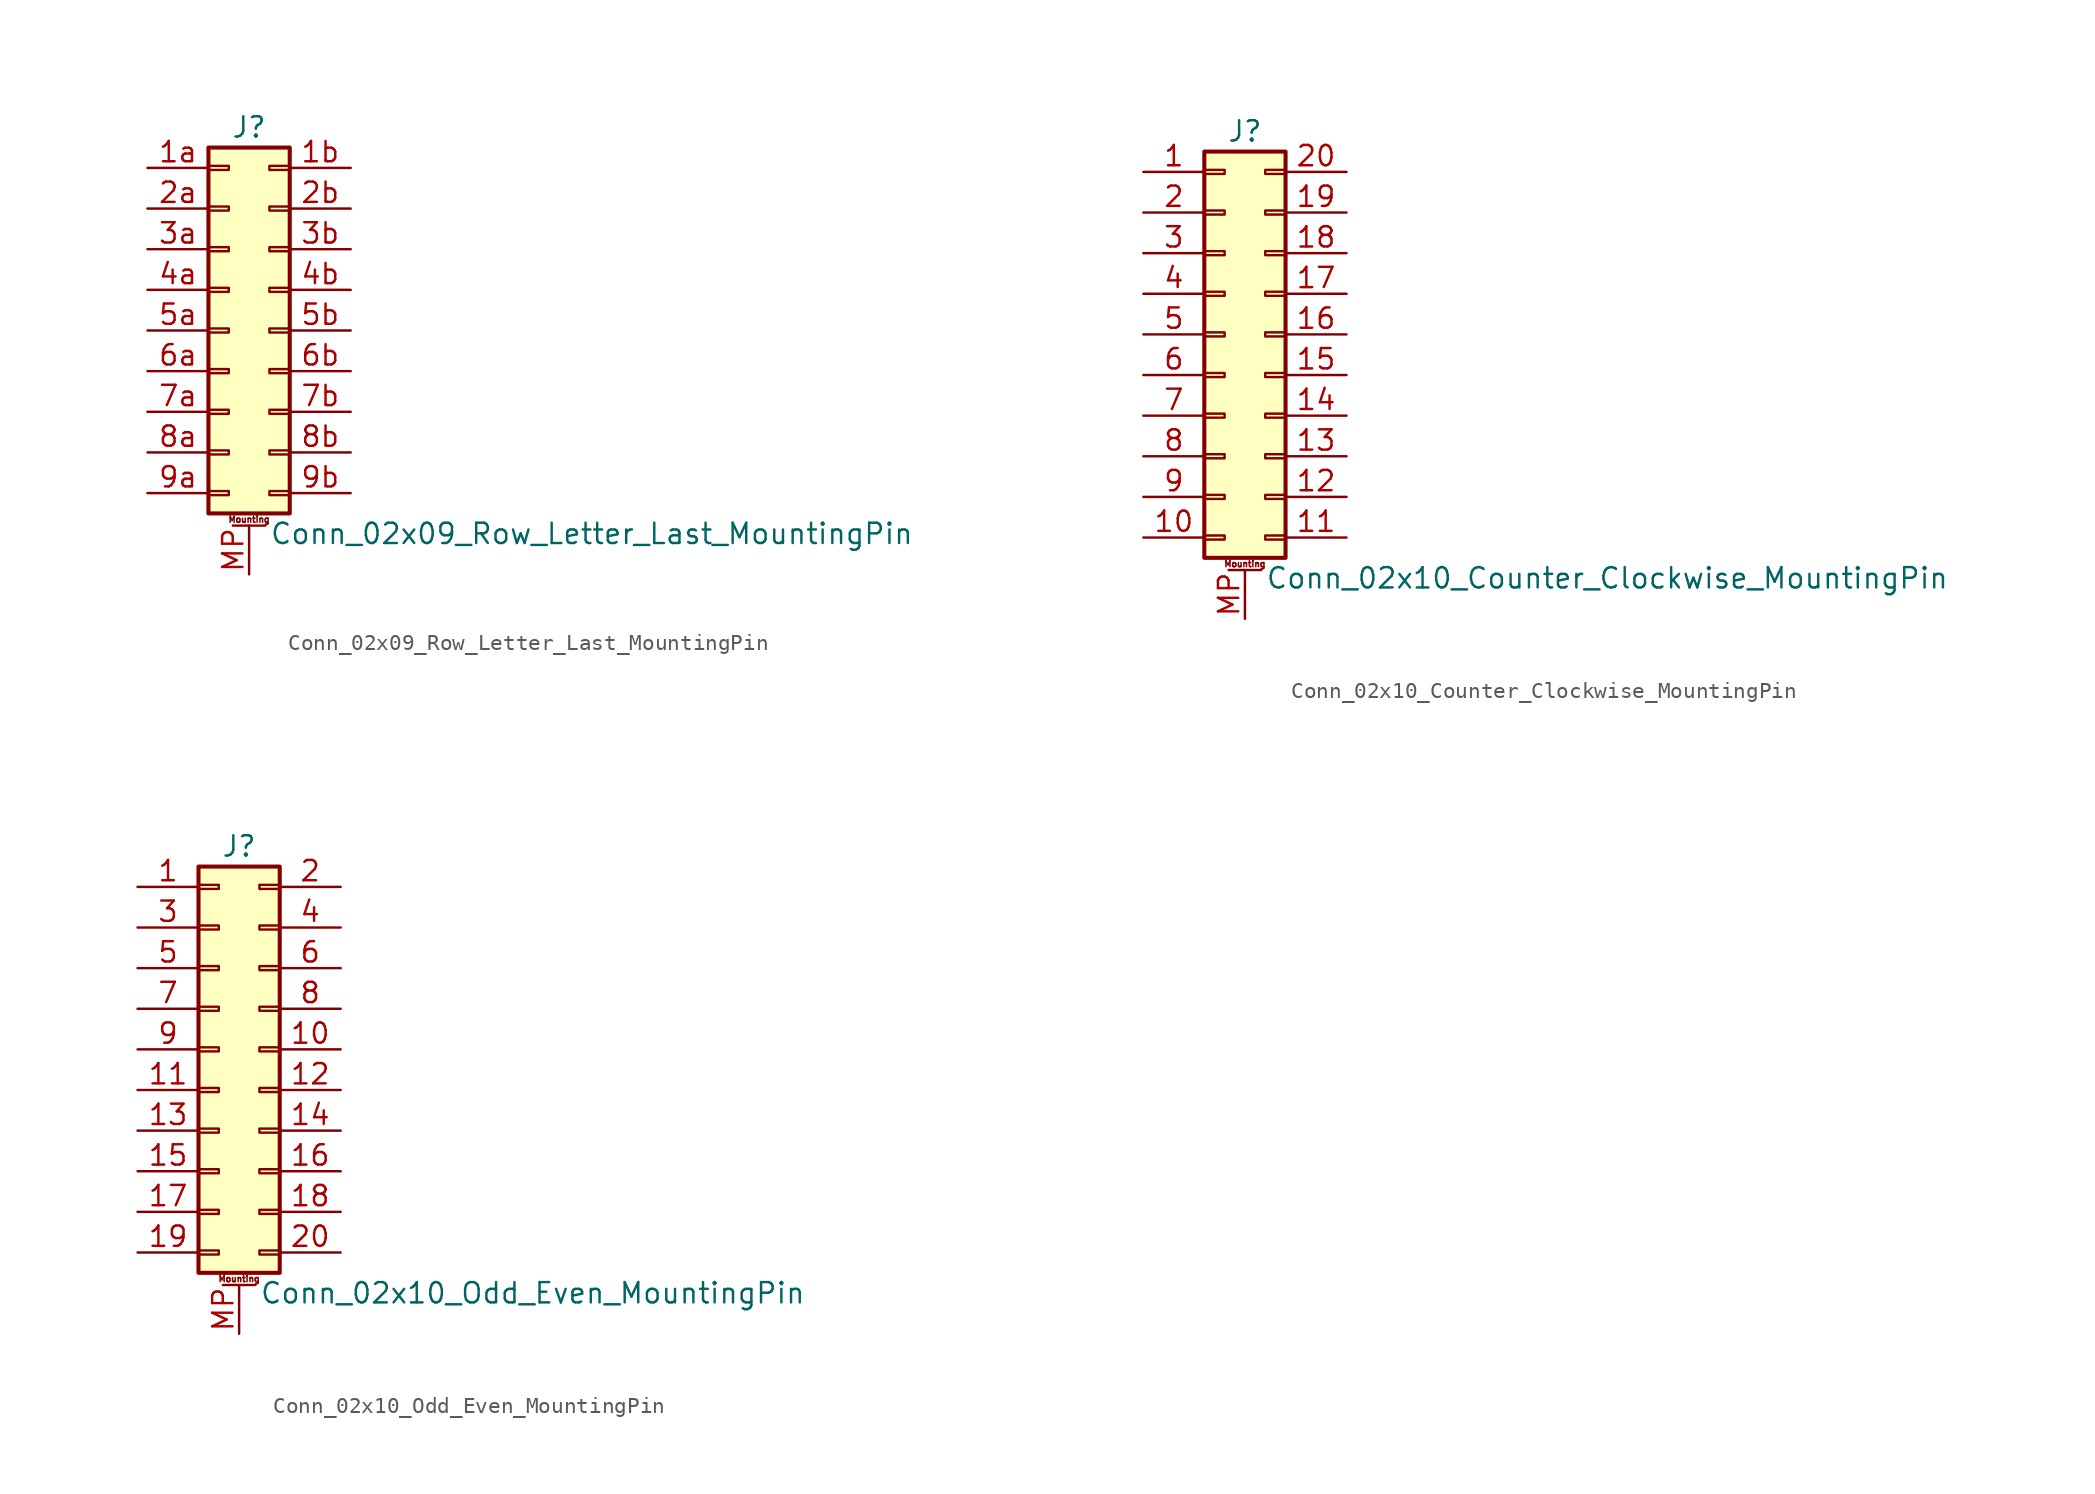
<source format=kicad_sym>
(kicad_symbol_lib
  (version 20220914)
  (generator kicad_symbol_editor)
  (symbol "Conn_02x09_Row_Letter_Last_MountingPin"
    (pin_names
      (offset 1.016) hide)
    (property "Reference" "J"
      (at 1.27 12.7 0)
      (effects (font (size 1.27 1.27))))
    (property "Value" "Conn_02x09_Row_Letter_Last_MountingPin"
      (at 2.54 -12.7 0)
      (effects (font (size 1.27 1.27)) (justify left)))
    (symbol "Conn_02x09_Row_Letter_Last_MountingPin_1_1"
      (rectangle (start -1.27 -10.033) (end 0 -10.287) (stroke (width 0.152) (type default)) (fill (type none)))
      (rectangle (start -1.27 -7.493) (end 0 -7.747) (stroke (width 0.152) (type default)) (fill (type none)))
      (rectangle (start -1.27 -4.953) (end 0 -5.207) (stroke (width 0.152) (type default)) (fill (type none)))
      (rectangle (start -1.27 -2.413) (end 0 -2.667) (stroke (width 0.152) (type default)) (fill (type none)))
      (rectangle (start -1.27 0.127) (end 0 -0.127) (stroke (width 0.152) (type default)) (fill (type none)))
      (rectangle (start -1.27 2.667) (end 0 2.413) (stroke (width 0.152) (type default)) (fill (type none)))
      (rectangle (start -1.27 5.207) (end 0 4.953) (stroke (width 0.152) (type default)) (fill (type none)))
      (rectangle (start -1.27 7.747) (end 0 7.493) (stroke (width 0.152) (type default)) (fill (type none)))
      (rectangle (start -1.27 10.287) (end 0 10.033) (stroke (width 0.152) (type default)) (fill (type none)))
      (rectangle (start -1.27 11.43) (end 3.81 -11.43) (stroke (width 0.254) (type default)) (fill (type background)))
      (polyline (pts (xy 0.254 -12.192) (xy 2.286 -12.192)) (stroke (width 0.152) (type default)) (fill (type none)))
      (rectangle (start 3.81 -10.033) (end 2.54 -10.287) (stroke (width 0.152) (type default)) (fill (type none)))
      (rectangle (start 3.81 -7.493) (end 2.54 -7.747) (stroke (width 0.152) (type default)) (fill (type none)))
      (rectangle (start 3.81 -4.953) (end 2.54 -5.207) (stroke (width 0.152) (type default)) (fill (type none)))
      (rectangle (start 3.81 -2.413) (end 2.54 -2.667) (stroke (width 0.152) (type default)) (fill (type none)))
      (rectangle (start 3.81 0.127) (end 2.54 -0.127) (stroke (width 0.152) (type default)) (fill (type none)))
      (rectangle (start 3.81 2.667) (end 2.54 2.413) (stroke (width 0.152) (type default)) (fill (type none)))
      (rectangle (start 3.81 5.207) (end 2.54 4.953) (stroke (width 0.152) (type default)) (fill (type none)))
      (rectangle (start 3.81 7.747) (end 2.54 7.493) (stroke (width 0.152) (type default)) (fill (type none)))
      (rectangle (start 3.81 10.287) (end 2.54 10.033) (stroke (width 0.152) (type default)) (fill (type none)))
      (text "Mounting" (at 1.27 -11.811 0) (effects (font (size 0.381 0.381))))
      (pin passive line (at -5.08 10.16 0) (length 3.81) (name "Pin_1a" (effects (font (size 1.27 1.27)))) (number "1a" (effects (font (size 1.27 1.27)))))
      (pin passive line (at 7.62 10.16 180) (length 3.81) (name "Pin_1b" (effects (font (size 1.27 1.27)))) (number "1b" (effects (font (size 1.27 1.27)))))
      (pin passive line (at -5.08 7.62 0) (length 3.81) (name "Pin_2a" (effects (font (size 1.27 1.27)))) (number "2a" (effects (font (size 1.27 1.27)))))
      (pin passive line (at 7.62 7.62 180) (length 3.81) (name "Pin_2b" (effects (font (size 1.27 1.27)))) (number "2b" (effects (font (size 1.27 1.27)))))
      (pin passive line (at -5.08 5.08 0) (length 3.81) (name "Pin_3a" (effects (font (size 1.27 1.27)))) (number "3a" (effects (font (size 1.27 1.27)))))
      (pin passive line (at 7.62 5.08 180) (length 3.81) (name "Pin_3b" (effects (font (size 1.27 1.27)))) (number "3b" (effects (font (size 1.27 1.27)))))
      (pin passive line (at -5.08 2.54 0) (length 3.81) (name "Pin_4a" (effects (font (size 1.27 1.27)))) (number "4a" (effects (font (size 1.27 1.27)))))
      (pin passive line (at 7.62 2.54 180) (length 3.81) (name "Pin_4b" (effects (font (size 1.27 1.27)))) (number "4b" (effects (font (size 1.27 1.27)))))
      (pin passive line (at -5.08 0 0) (length 3.81) (name "Pin_5a" (effects (font (size 1.27 1.27)))) (number "5a" (effects (font (size 1.27 1.27)))))
      (pin passive line (at 7.62 0 180) (length 3.81) (name "Pin_5b" (effects (font (size 1.27 1.27)))) (number "5b" (effects (font (size 1.27 1.27)))))
      (pin passive line (at -5.08 -2.54 0) (length 3.81) (name "Pin_6a" (effects (font (size 1.27 1.27)))) (number "6a" (effects (font (size 1.27 1.27)))))
      (pin passive line (at 7.62 -2.54 180) (length 3.81) (name "Pin_6b" (effects (font (size 1.27 1.27)))) (number "6b" (effects (font (size 1.27 1.27)))))
      (pin passive line (at -5.08 -5.08 0) (length 3.81) (name "Pin_7a" (effects (font (size 1.27 1.27)))) (number "7a" (effects (font (size 1.27 1.27)))))
      (pin passive line (at 7.62 -5.08 180) (length 3.81) (name "Pin_7b" (effects (font (size 1.27 1.27)))) (number "7b" (effects (font (size 1.27 1.27)))))
      (pin passive line (at -5.08 -7.62 0) (length 3.81) (name "Pin_8a" (effects (font (size 1.27 1.27)))) (number "8a" (effects (font (size 1.27 1.27)))))
      (pin passive line (at 7.62 -7.62 180) (length 3.81) (name "Pin_8b" (effects (font (size 1.27 1.27)))) (number "8b" (effects (font (size 1.27 1.27)))))
      (pin passive line (at -5.08 -10.16 0) (length 3.81) (name "Pin_9a" (effects (font (size 1.27 1.27)))) (number "9a" (effects (font (size 1.27 1.27)))))
      (pin passive line (at 7.62 -10.16 180) (length 3.81) (name "Pin_9b" (effects (font (size 1.27 1.27)))) (number "9b" (effects (font (size 1.27 1.27)))))
      (pin passive line (at 1.27 -15.24 90) (length 3.048) (name "MountPin" (effects (font (size 1.27 1.27)))) (number "MP" (effects (font (size 1.27 1.27)))))))
  (symbol "Conn_02x10_Counter_Clockwise_MountingPin"
    (pin_names
      (offset 1.016) hide)
    (property "Reference" "J"
      (at 1.27 12.7 0)
      (effects (font (size 1.27 1.27))))
    (property "Value" "Conn_02x10_Counter_Clockwise_MountingPin"
      (at 2.54 -15.24 0)
      (effects (font (size 1.27 1.27)) (justify left)))
    (symbol "Conn_02x10_Counter_Clockwise_MountingPin_1_1"
      (rectangle (start -1.27 -12.573) (end 0 -12.827) (stroke (width 0.152) (type default)) (fill (type none)))
      (rectangle (start -1.27 -10.033) (end 0 -10.287) (stroke (width 0.152) (type default)) (fill (type none)))
      (rectangle (start -1.27 -7.493) (end 0 -7.747) (stroke (width 0.152) (type default)) (fill (type none)))
      (rectangle (start -1.27 -4.953) (end 0 -5.207) (stroke (width 0.152) (type default)) (fill (type none)))
      (rectangle (start -1.27 -2.413) (end 0 -2.667) (stroke (width 0.152) (type default)) (fill (type none)))
      (rectangle (start -1.27 0.127) (end 0 -0.127) (stroke (width 0.152) (type default)) (fill (type none)))
      (rectangle (start -1.27 2.667) (end 0 2.413) (stroke (width 0.152) (type default)) (fill (type none)))
      (rectangle (start -1.27 5.207) (end 0 4.953) (stroke (width 0.152) (type default)) (fill (type none)))
      (rectangle (start -1.27 7.747) (end 0 7.493) (stroke (width 0.152) (type default)) (fill (type none)))
      (rectangle (start -1.27 10.287) (end 0 10.033) (stroke (width 0.152) (type default)) (fill (type none)))
      (rectangle (start -1.27 11.43) (end 3.81 -13.97) (stroke (width 0.254) (type default)) (fill (type background)))
      (polyline (pts (xy 0.254 -14.732) (xy 2.286 -14.732)) (stroke (width 0.152) (type default)) (fill (type none)))
      (rectangle (start 3.81 -12.573) (end 2.54 -12.827) (stroke (width 0.152) (type default)) (fill (type none)))
      (rectangle (start 3.81 -10.033) (end 2.54 -10.287) (stroke (width 0.152) (type default)) (fill (type none)))
      (rectangle (start 3.81 -7.493) (end 2.54 -7.747) (stroke (width 0.152) (type default)) (fill (type none)))
      (rectangle (start 3.81 -4.953) (end 2.54 -5.207) (stroke (width 0.152) (type default)) (fill (type none)))
      (rectangle (start 3.81 -2.413) (end 2.54 -2.667) (stroke (width 0.152) (type default)) (fill (type none)))
      (rectangle (start 3.81 0.127) (end 2.54 -0.127) (stroke (width 0.152) (type default)) (fill (type none)))
      (rectangle (start 3.81 2.667) (end 2.54 2.413) (stroke (width 0.152) (type default)) (fill (type none)))
      (rectangle (start 3.81 5.207) (end 2.54 4.953) (stroke (width 0.152) (type default)) (fill (type none)))
      (rectangle (start 3.81 7.747) (end 2.54 7.493) (stroke (width 0.152) (type default)) (fill (type none)))
      (rectangle (start 3.81 10.287) (end 2.54 10.033) (stroke (width 0.152) (type default)) (fill (type none)))
      (text "Mounting" (at 1.27 -14.351 0) (effects (font (size 0.381 0.381))))
      (pin passive line (at -5.08 10.16 0) (length 3.81) (name "Pin_1" (effects (font (size 1.27 1.27)))) (number "1" (effects (font (size 1.27 1.27)))))
      (pin passive line (at -5.08 -12.7 0) (length 3.81) (name "Pin_10" (effects (font (size 1.27 1.27)))) (number "10" (effects (font (size 1.27 1.27)))))
      (pin passive line (at 7.62 -12.7 180) (length 3.81) (name "Pin_11" (effects (font (size 1.27 1.27)))) (number "11" (effects (font (size 1.27 1.27)))))
      (pin passive line (at 7.62 -10.16 180) (length 3.81) (name "Pin_12" (effects (font (size 1.27 1.27)))) (number "12" (effects (font (size 1.27 1.27)))))
      (pin passive line (at 7.62 -7.62 180) (length 3.81) (name "Pin_13" (effects (font (size 1.27 1.27)))) (number "13" (effects (font (size 1.27 1.27)))))
      (pin passive line (at 7.62 -5.08 180) (length 3.81) (name "Pin_14" (effects (font (size 1.27 1.27)))) (number "14" (effects (font (size 1.27 1.27)))))
      (pin passive line (at 7.62 -2.54 180) (length 3.81) (name "Pin_15" (effects (font (size 1.27 1.27)))) (number "15" (effects (font (size 1.27 1.27)))))
      (pin passive line (at 7.62 0 180) (length 3.81) (name "Pin_16" (effects (font (size 1.27 1.27)))) (number "16" (effects (font (size 1.27 1.27)))))
      (pin passive line (at 7.62 2.54 180) (length 3.81) (name "Pin_17" (effects (font (size 1.27 1.27)))) (number "17" (effects (font (size 1.27 1.27)))))
      (pin passive line (at 7.62 5.08 180) (length 3.81) (name "Pin_18" (effects (font (size 1.27 1.27)))) (number "18" (effects (font (size 1.27 1.27)))))
      (pin passive line (at 7.62 7.62 180) (length 3.81) (name "Pin_19" (effects (font (size 1.27 1.27)))) (number "19" (effects (font (size 1.27 1.27)))))
      (pin passive line (at -5.08 7.62 0) (length 3.81) (name "Pin_2" (effects (font (size 1.27 1.27)))) (number "2" (effects (font (size 1.27 1.27)))))
      (pin passive line (at 7.62 10.16 180) (length 3.81) (name "Pin_20" (effects (font (size 1.27 1.27)))) (number "20" (effects (font (size 1.27 1.27)))))
      (pin passive line (at -5.08 5.08 0) (length 3.81) (name "Pin_3" (effects (font (size 1.27 1.27)))) (number "3" (effects (font (size 1.27 1.27)))))
      (pin passive line (at -5.08 2.54 0) (length 3.81) (name "Pin_4" (effects (font (size 1.27 1.27)))) (number "4" (effects (font (size 1.27 1.27)))))
      (pin passive line (at -5.08 0 0) (length 3.81) (name "Pin_5" (effects (font (size 1.27 1.27)))) (number "5" (effects (font (size 1.27 1.27)))))
      (pin passive line (at -5.08 -2.54 0) (length 3.81) (name "Pin_6" (effects (font (size 1.27 1.27)))) (number "6" (effects (font (size 1.27 1.27)))))
      (pin passive line (at -5.08 -5.08 0) (length 3.81) (name "Pin_7" (effects (font (size 1.27 1.27)))) (number "7" (effects (font (size 1.27 1.27)))))
      (pin passive line (at -5.08 -7.62 0) (length 3.81) (name "Pin_8" (effects (font (size 1.27 1.27)))) (number "8" (effects (font (size 1.27 1.27)))))
      (pin passive line (at -5.08 -10.16 0) (length 3.81) (name "Pin_9" (effects (font (size 1.27 1.27)))) (number "9" (effects (font (size 1.27 1.27)))))
      (pin passive line (at 1.27 -17.78 90) (length 3.048) (name "MountPin" (effects (font (size 1.27 1.27)))) (number "MP" (effects (font (size 1.27 1.27)))))))
  (symbol "Conn_02x10_Odd_Even_MountingPin"
    (pin_names
      (offset 1.016) hide)
    (property "Reference" "J"
      (at 1.27 12.7 0)
      (effects (font (size 1.27 1.27))))
    (property "Value" "Conn_02x10_Odd_Even_MountingPin"
      (at 2.54 -15.24 0)
      (effects (font (size 1.27 1.27)) (justify left)))
    (symbol "Conn_02x10_Odd_Even_MountingPin_1_1"
      (rectangle (start -1.27 -12.573) (end 0 -12.827) (stroke (width 0.152) (type default)) (fill (type none)))
      (rectangle (start -1.27 -10.033) (end 0 -10.287) (stroke (width 0.152) (type default)) (fill (type none)))
      (rectangle (start -1.27 -7.493) (end 0 -7.747) (stroke (width 0.152) (type default)) (fill (type none)))
      (rectangle (start -1.27 -4.953) (end 0 -5.207) (stroke (width 0.152) (type default)) (fill (type none)))
      (rectangle (start -1.27 -2.413) (end 0 -2.667) (stroke (width 0.152) (type default)) (fill (type none)))
      (rectangle (start -1.27 0.127) (end 0 -0.127) (stroke (width 0.152) (type default)) (fill (type none)))
      (rectangle (start -1.27 2.667) (end 0 2.413) (stroke (width 0.152) (type default)) (fill (type none)))
      (rectangle (start -1.27 5.207) (end 0 4.953) (stroke (width 0.152) (type default)) (fill (type none)))
      (rectangle (start -1.27 7.747) (end 0 7.493) (stroke (width 0.152) (type default)) (fill (type none)))
      (rectangle (start -1.27 10.287) (end 0 10.033) (stroke (width 0.152) (type default)) (fill (type none)))
      (rectangle (start -1.27 11.43) (end 3.81 -13.97) (stroke (width 0.254) (type default)) (fill (type background)))
      (polyline (pts (xy 0.254 -14.732) (xy 2.286 -14.732)) (stroke (width 0.152) (type default)) (fill (type none)))
      (rectangle (start 3.81 -12.573) (end 2.54 -12.827) (stroke (width 0.152) (type default)) (fill (type none)))
      (rectangle (start 3.81 -10.033) (end 2.54 -10.287) (stroke (width 0.152) (type default)) (fill (type none)))
      (rectangle (start 3.81 -7.493) (end 2.54 -7.747) (stroke (width 0.152) (type default)) (fill (type none)))
      (rectangle (start 3.81 -4.953) (end 2.54 -5.207) (stroke (width 0.152) (type default)) (fill (type none)))
      (rectangle (start 3.81 -2.413) (end 2.54 -2.667) (stroke (width 0.152) (type default)) (fill (type none)))
      (rectangle (start 3.81 0.127) (end 2.54 -0.127) (stroke (width 0.152) (type default)) (fill (type none)))
      (rectangle (start 3.81 2.667) (end 2.54 2.413) (stroke (width 0.152) (type default)) (fill (type none)))
      (rectangle (start 3.81 5.207) (end 2.54 4.953) (stroke (width 0.152) (type default)) (fill (type none)))
      (rectangle (start 3.81 7.747) (end 2.54 7.493) (stroke (width 0.152) (type default)) (fill (type none)))
      (rectangle (start 3.81 10.287) (end 2.54 10.033) (stroke (width 0.152) (type default)) (fill (type none)))
      (text "Mounting" (at 1.27 -14.351 0) (effects (font (size 0.381 0.381))))
      (pin passive line (at -5.08 10.16 0) (length 3.81) (name "Pin_1" (effects (font (size 1.27 1.27)))) (number "1" (effects (font (size 1.27 1.27)))))
      (pin passive line (at 7.62 0 180) (length 3.81) (name "Pin_10" (effects (font (size 1.27 1.27)))) (number "10" (effects (font (size 1.27 1.27)))))
      (pin passive line (at -5.08 -2.54 0) (length 3.81) (name "Pin_11" (effects (font (size 1.27 1.27)))) (number "11" (effects (font (size 1.27 1.27)))))
      (pin passive line (at 7.62 -2.54 180) (length 3.81) (name "Pin_12" (effects (font (size 1.27 1.27)))) (number "12" (effects (font (size 1.27 1.27)))))
      (pin passive line (at -5.08 -5.08 0) (length 3.81) (name "Pin_13" (effects (font (size 1.27 1.27)))) (number "13" (effects (font (size 1.27 1.27)))))
      (pin passive line (at 7.62 -5.08 180) (length 3.81) (name "Pin_14" (effects (font (size 1.27 1.27)))) (number "14" (effects (font (size 1.27 1.27)))))
      (pin passive line (at -5.08 -7.62 0) (length 3.81) (name "Pin_15" (effects (font (size 1.27 1.27)))) (number "15" (effects (font (size 1.27 1.27)))))
      (pin passive line (at 7.62 -7.62 180) (length 3.81) (name "Pin_16" (effects (font (size 1.27 1.27)))) (number "16" (effects (font (size 1.27 1.27)))))
      (pin passive line (at -5.08 -10.16 0) (length 3.81) (name "Pin_17" (effects (font (size 1.27 1.27)))) (number "17" (effects (font (size 1.27 1.27)))))
      (pin passive line (at 7.62 -10.16 180) (length 3.81) (name "Pin_18" (effects (font (size 1.27 1.27)))) (number "18" (effects (font (size 1.27 1.27)))))
      (pin passive line (at -5.08 -12.7 0) (length 3.81) (name "Pin_19" (effects (font (size 1.27 1.27)))) (number "19" (effects (font (size 1.27 1.27)))))
      (pin passive line (at 7.62 10.16 180) (length 3.81) (name "Pin_2" (effects (font (size 1.27 1.27)))) (number "2" (effects (font (size 1.27 1.27)))))
      (pin passive line (at 7.62 -12.7 180) (length 3.81) (name "Pin_20" (effects (font (size 1.27 1.27)))) (number "20" (effects (font (size 1.27 1.27)))))
      (pin passive line (at -5.08 7.62 0) (length 3.81) (name "Pin_3" (effects (font (size 1.27 1.27)))) (number "3" (effects (font (size 1.27 1.27)))))
      (pin passive line (at 7.62 7.62 180) (length 3.81) (name "Pin_4" (effects (font (size 1.27 1.27)))) (number "4" (effects (font (size 1.27 1.27)))))
      (pin passive line (at -5.08 5.08 0) (length 3.81) (name "Pin_5" (effects (font (size 1.27 1.27)))) (number "5" (effects (font (size 1.27 1.27)))))
      (pin passive line (at 7.62 5.08 180) (length 3.81) (name "Pin_6" (effects (font (size 1.27 1.27)))) (number "6" (effects (font (size 1.27 1.27)))))
      (pin passive line (at -5.08 2.54 0) (length 3.81) (name "Pin_7" (effects (font (size 1.27 1.27)))) (number "7" (effects (font (size 1.27 1.27)))))
      (pin passive line (at 7.62 2.54 180) (length 3.81) (name "Pin_8" (effects (font (size 1.27 1.27)))) (number "8" (effects (font (size 1.27 1.27)))))
      (pin passive line (at -5.08 0 0) (length 3.81) (name "Pin_9" (effects (font (size 1.27 1.27)))) (number "9" (effects (font (size 1.27 1.27)))))
      (pin passive line (at 1.27 -17.78 90) (length 3.048) (name "MountPin" (effects (font (size 1.27 1.27)))) (number "MP" (effects (font (size 1.27 1.27))))))))
</source>
